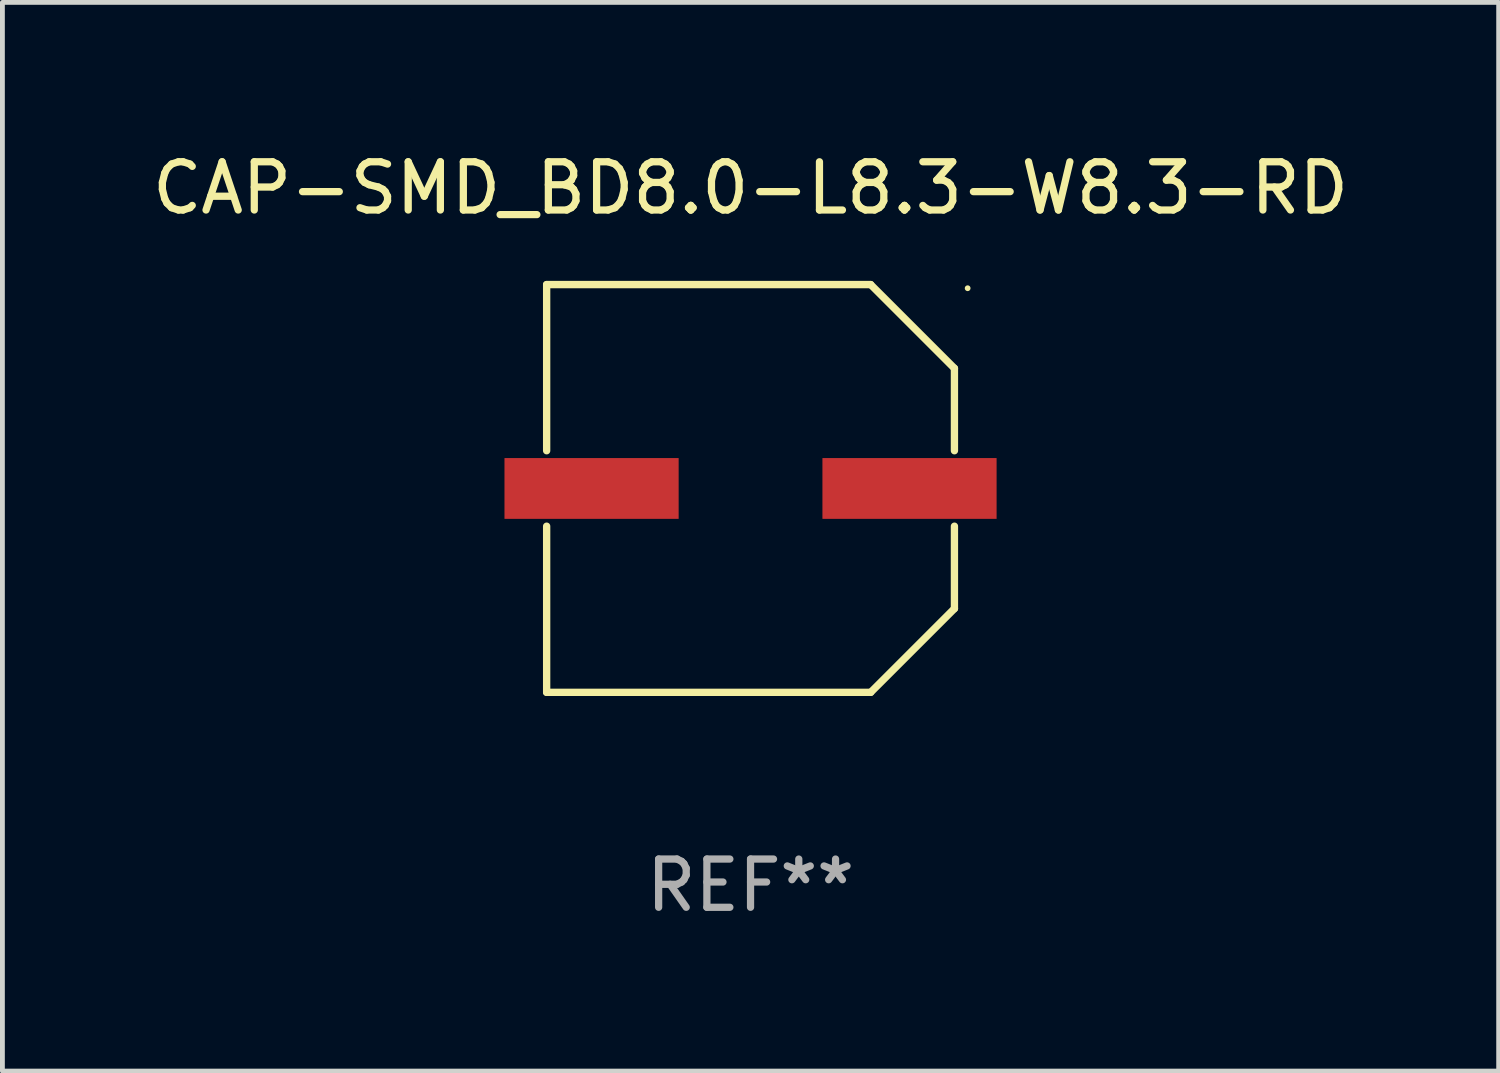
<source format=kicad_pcb>
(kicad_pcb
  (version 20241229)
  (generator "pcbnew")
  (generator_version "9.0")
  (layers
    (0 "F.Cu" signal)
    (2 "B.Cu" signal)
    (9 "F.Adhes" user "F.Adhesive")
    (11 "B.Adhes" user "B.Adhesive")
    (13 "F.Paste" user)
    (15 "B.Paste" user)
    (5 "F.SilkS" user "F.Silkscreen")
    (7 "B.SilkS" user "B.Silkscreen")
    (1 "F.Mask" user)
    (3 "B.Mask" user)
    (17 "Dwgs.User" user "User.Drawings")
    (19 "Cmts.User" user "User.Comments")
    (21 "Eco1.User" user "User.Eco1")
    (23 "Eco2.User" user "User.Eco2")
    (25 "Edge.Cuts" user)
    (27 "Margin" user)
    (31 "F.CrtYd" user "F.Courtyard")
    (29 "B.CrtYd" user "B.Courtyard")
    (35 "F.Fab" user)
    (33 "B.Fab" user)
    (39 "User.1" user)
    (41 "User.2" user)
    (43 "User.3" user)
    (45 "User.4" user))
  (footprint "CAP-SMD_BD8.0-L8.3-W8.3-RD"
    (layer "F.Cu")
    (at 12.506 7.074)
    (property "Reference" "CAP-SMD_BD8.0-L8.3-W8.3-RD" (at 0 -6.226 0) (layer "F.SilkS") (effects (font (size 1 1) (thickness 0.15))))
    (attr smd)
    (fp_line (start -4.226 -4.226) (end 2.49 -4.226) (stroke (width 0.152) (type solid)) (layer "F.SilkS"))
    (fp_line (start -4.226 -0.782) (end -4.226 -4.226) (stroke (width 0.152) (type solid)) (layer "F.SilkS"))
    (fp_line (start -4.226 0.782) (end -4.226 4.226) (stroke (width 0.152) (type solid)) (layer "F.SilkS"))
    (fp_line (start -4.226 4.226) (end 2.49 4.226) (stroke (width 0.152) (type solid)) (layer "F.SilkS"))
    (fp_line (start 2.49 -4.226) (end 4.226 -2.49) (stroke (width 0.152) (type solid)) (layer "F.SilkS"))
    (fp_line (start 2.49 4.226) (end 4.226 2.49) (stroke (width 0.152) (type solid)) (layer "F.SilkS"))
    (fp_line (start 4.226 -2.49) (end 4.226 -0.782) (stroke (width 0.152) (type solid)) (layer "F.SilkS"))
    (fp_line (start 4.226 2.49) (end 4.226 0.782) (stroke (width 0.152) (type solid)) (layer "F.SilkS"))
    (fp_circle (center 4.5 -4.15) (end 4.53 -4.15) (stroke (width 0.06) (type solid)) (fill no) (layer "F.SilkS"))
    (fp_text user "REF**" (at 0 8.226 0) (layer "F.Fab") (effects (font (size 1 1) (thickness 0.15))))
    (pad "1" smd rect (at 3.295 0 180) (size 3.61 1.26) (layers "F.Cu" "F.Mask" "F.Paste"))
    (pad "2" smd rect (at -3.295 0 180) (size 3.61 1.26) (layers "F.Cu" "F.Mask" "F.Paste")))
  (gr_rect
    (start -3 -3)
    (end 28.012 19.149)
    (stroke (width 0.1) (type default))
    (fill no)
    (layer "Edge.Cuts")))
</source>
